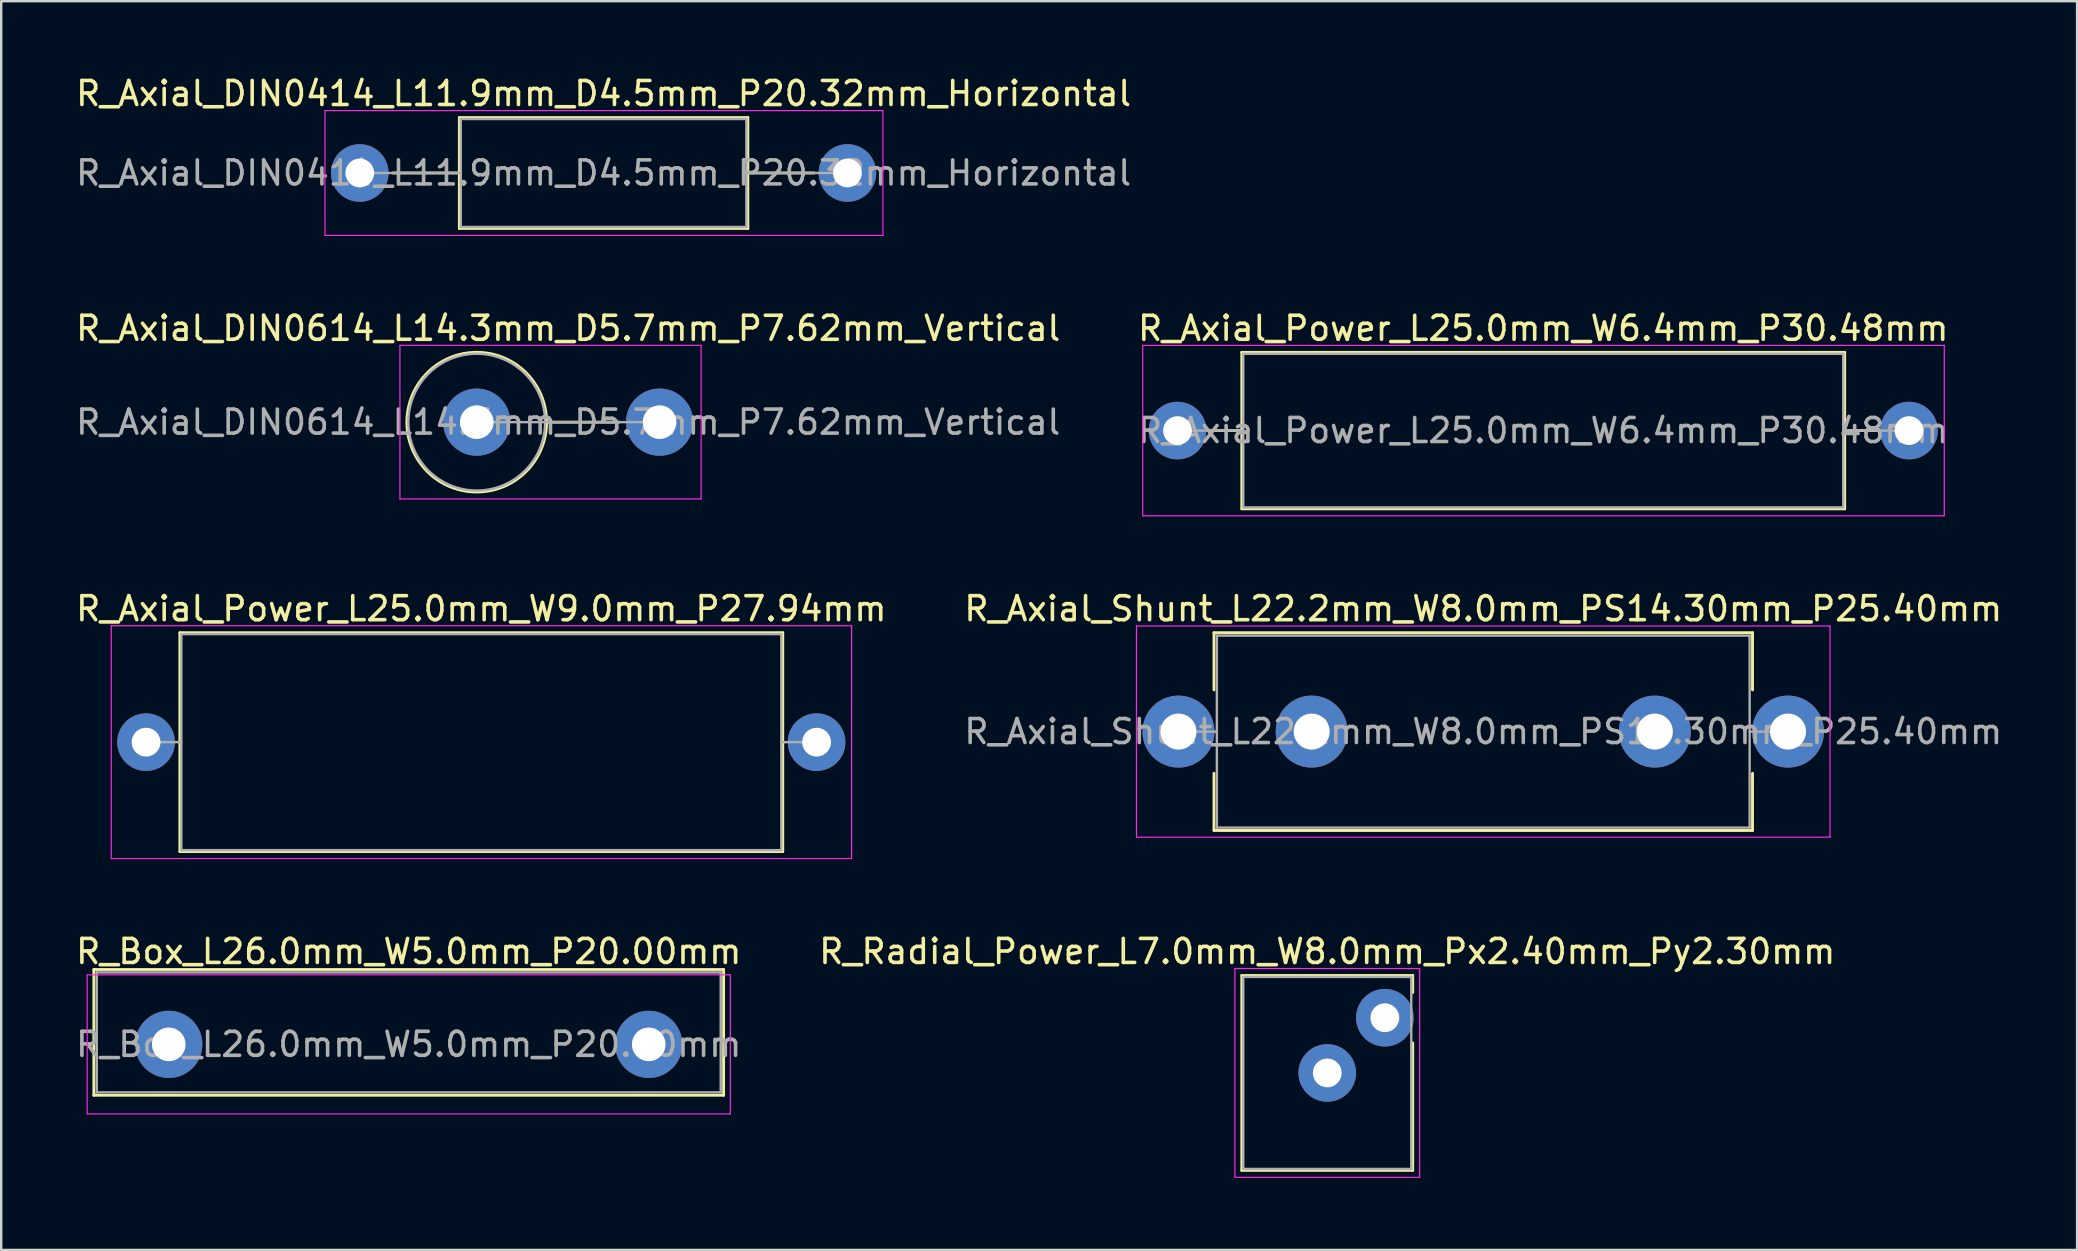
<source format=kicad_pcb>
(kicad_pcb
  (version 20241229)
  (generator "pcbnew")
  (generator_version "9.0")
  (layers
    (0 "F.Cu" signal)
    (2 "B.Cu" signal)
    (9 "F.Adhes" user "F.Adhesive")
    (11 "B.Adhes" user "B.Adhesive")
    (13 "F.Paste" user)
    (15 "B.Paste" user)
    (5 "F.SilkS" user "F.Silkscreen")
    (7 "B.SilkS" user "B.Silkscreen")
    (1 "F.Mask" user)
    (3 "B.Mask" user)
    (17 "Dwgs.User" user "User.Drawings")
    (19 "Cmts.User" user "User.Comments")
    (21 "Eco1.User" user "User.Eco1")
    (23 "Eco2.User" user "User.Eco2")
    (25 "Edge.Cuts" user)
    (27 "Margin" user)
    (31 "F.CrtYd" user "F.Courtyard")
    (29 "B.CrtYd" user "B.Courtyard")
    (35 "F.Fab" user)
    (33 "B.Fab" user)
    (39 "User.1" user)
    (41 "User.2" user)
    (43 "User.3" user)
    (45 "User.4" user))
  (footprint "R_Axial_DIN0614_L14.3mm_D5.7mm_P7.62mm_Vertical"
    (layer "F.Cu")
    (at 16.815 14.541)
    (property "Reference" "R_Axial_DIN0614_L14.3mm_D5.7mm_P7.62mm_Vertical" (at 3.81 -3.91 0) (layer "F.SilkS") (effects (font (size 1 1) (thickness 0.15))))
    (attr through_hole)
    (fp_line (start 2.91 0) (end 5.92 0) (stroke (width 0.12) (type solid)) (layer "F.SilkS"))
    (fp_circle (center 0 0) (end 2.91 0) (stroke (width 0.12) (type solid)) (fill no) (layer "F.SilkS"))
    (fp_line (start -3.2 -3.2) (end -3.2 3.2) (stroke (width 0.05) (type solid)) (layer "F.CrtYd"))
    (fp_line (start -3.2 3.2) (end 9.35 3.2) (stroke (width 0.05) (type solid)) (layer "F.CrtYd"))
    (fp_line (start 9.35 -3.2) (end -3.2 -3.2) (stroke (width 0.05) (type solid)) (layer "F.CrtYd"))
    (fp_line (start 9.35 3.2) (end 9.35 -3.2) (stroke (width 0.05) (type solid)) (layer "F.CrtYd"))
    (fp_line (start 0 0) (end 7.62 0) (stroke (width 0.1) (type solid)) (layer "F.Fab"))
    (fp_circle (center 0 0) (end 2.85 0) (stroke (width 0.1) (type solid)) (fill no) (layer "F.Fab"))
    (fp_text user "${REFERENCE}" (at 3.81 0 0) (layer "F.Fab") (effects (font (size 1 1) (thickness 0.15))))
    (pad "1" thru_hole circle (at 0 0) (size 2.8 2.8) (drill 1.4) (layers "*.Cu" "*.Mask"))
    (pad "2" thru_hole oval (at 7.62 0) (size 2.8 2.8) (drill 1.4) (layers "*.Cu" "*.Mask")))
  (footprint "R_Axial_Shunt_L22.2mm_W8.0mm_PS14.30mm_P25.40mm"
    (layer "F.Cu")
    (at 46.056 27.435)
    (property "Reference" "R_Axial_Shunt_L22.2mm_W8.0mm_PS14.30mm_P25.40mm" (at 12.7 -5.12 0) (layer "F.SilkS") (effects (font (size 1 1) (thickness 0.15))))
    (attr through_hole)
    (fp_line (start 1.48 -4.12) (end 23.92 -4.12) (stroke (width 0.12) (type solid)) (layer "F.SilkS"))
    (fp_line (start 1.48 -1.74) (end 1.48 -4.12) (stroke (width 0.12) (type solid)) (layer "F.SilkS"))
    (fp_line (start 1.48 1.74) (end 1.48 4.12) (stroke (width 0.12) (type solid)) (layer "F.SilkS"))
    (fp_line (start 1.48 4.12) (end 23.92 4.12) (stroke (width 0.12) (type solid)) (layer "F.SilkS"))
    (fp_line (start 23.92 -4.12) (end 23.92 -1.74) (stroke (width 0.12) (type solid)) (layer "F.SilkS"))
    (fp_line (start 23.92 4.12) (end 23.92 1.74) (stroke (width 0.12) (type solid)) (layer "F.SilkS"))
    (fp_line (start -1.75 -4.4) (end -1.75 4.4) (stroke (width 0.05) (type solid)) (layer "F.CrtYd"))
    (fp_line (start -1.75 4.4) (end 27.15 4.4) (stroke (width 0.05) (type solid)) (layer "F.CrtYd"))
    (fp_line (start 27.15 -4.4) (end -1.75 -4.4) (stroke (width 0.05) (type solid)) (layer "F.CrtYd"))
    (fp_line (start 27.15 4.4) (end 27.15 -4.4) (stroke (width 0.05) (type solid)) (layer "F.CrtYd"))
    (fp_line (start 0 0) (end 1.6 0) (stroke (width 0.1) (type solid)) (layer "F.Fab"))
    (fp_line (start 1.6 -4) (end 1.6 4) (stroke (width 0.1) (type solid)) (layer "F.Fab"))
    (fp_line (start 1.6 4) (end 23.8 4) (stroke (width 0.1) (type solid)) (layer "F.Fab"))
    (fp_line (start 23.8 -4) (end 1.6 -4) (stroke (width 0.1) (type solid)) (layer "F.Fab"))
    (fp_line (start 23.8 4) (end 23.8 -4) (stroke (width 0.1) (type solid)) (layer "F.Fab"))
    (fp_line (start 25.4 0) (end 23.8 0) (stroke (width 0.1) (type solid)) (layer "F.Fab"))
    (fp_text user "${REFERENCE}" (at 12.7 0 0) (layer "F.Fab") (effects (font (size 1 1) (thickness 0.15))))
    (pad "1" thru_hole circle (at 0 0) (size 3 3) (drill 1.5) (layers "*.Cu" "*.Mask"))
    (pad "2" thru_hole oval (at 5.55 0) (size 3 3) (drill 1.5) (layers "*.Cu" "*.Mask"))
    (pad "3" thru_hole oval (at 19.85 0) (size 3 3) (drill 1.5) (layers "*.Cu" "*.Mask"))
    (pad "4" thru_hole oval (at 25.4 0) (size 3 3) (drill 1.5) (layers "*.Cu" "*.Mask")))
  (footprint "R_Axial_Power_L25.0mm_W6.4mm_P30.48mm"
    (layer "F.Cu")
    (at 46.016 14.892)
    (property "Reference" "R_Axial_Power_L25.0mm_W6.4mm_P30.48mm" (at 15.24 -4.26 0) (layer "F.SilkS") (effects (font (size 1 1) (thickness 0.15))))
    (attr through_hole)
    (fp_line (start 1.38 0) (end 2.68 0) (stroke (width 0.12) (type solid)) (layer "F.SilkS"))
    (fp_line (start 2.68 -3.26) (end 2.68 3.26) (stroke (width 0.12) (type solid)) (layer "F.SilkS"))
    (fp_line (start 2.68 3.26) (end 27.8 3.26) (stroke (width 0.12) (type solid)) (layer "F.SilkS"))
    (fp_line (start 27.8 -3.26) (end 2.68 -3.26) (stroke (width 0.12) (type solid)) (layer "F.SilkS"))
    (fp_line (start 27.8 3.26) (end 27.8 -3.26) (stroke (width 0.12) (type solid)) (layer "F.SilkS"))
    (fp_line (start 29.1 0) (end 27.8 0) (stroke (width 0.12) (type solid)) (layer "F.SilkS"))
    (fp_line (start -1.45 -3.55) (end -1.45 3.55) (stroke (width 0.05) (type solid)) (layer "F.CrtYd"))
    (fp_line (start -1.45 3.55) (end 31.95 3.55) (stroke (width 0.05) (type solid)) (layer "F.CrtYd"))
    (fp_line (start 31.95 -3.55) (end -1.45 -3.55) (stroke (width 0.05) (type solid)) (layer "F.CrtYd"))
    (fp_line (start 31.95 3.55) (end 31.95 -3.55) (stroke (width 0.05) (type solid)) (layer "F.CrtYd"))
    (fp_line (start 0 0) (end 2.74 0) (stroke (width 0.1) (type solid)) (layer "F.Fab"))
    (fp_line (start 2.74 -3.2) (end 2.74 3.2) (stroke (width 0.1) (type solid)) (layer "F.Fab"))
    (fp_line (start 2.74 3.2) (end 27.74 3.2) (stroke (width 0.1) (type solid)) (layer "F.Fab"))
    (fp_line (start 27.74 -3.2) (end 2.74 -3.2) (stroke (width 0.1) (type solid)) (layer "F.Fab"))
    (fp_line (start 27.74 3.2) (end 27.74 -3.2) (stroke (width 0.1) (type solid)) (layer "F.Fab"))
    (fp_line (start 30.48 0) (end 27.74 0) (stroke (width 0.1) (type solid)) (layer "F.Fab"))
    (fp_text user "${REFERENCE}" (at 15.24 0 0) (layer "F.Fab") (effects (font (size 1 1) (thickness 0.15))))
    (pad "1" thru_hole circle (at 0 0) (size 2.4 2.4) (drill 1.2) (layers "*.Cu" "*.Mask"))
    (pad "2" thru_hole oval (at 30.48 0) (size 2.4 2.4) (drill 1.2) (layers "*.Cu" "*.Mask")))
  (footprint "R_Axial_DIN0414_L11.9mm_D4.5mm_P20.32mm_Horizontal"
    (layer "F.Cu")
    (at 11.941 4.158)
    (property "Reference" "R_Axial_DIN0414_L11.9mm_D4.5mm_P20.32mm_Horizontal" (at 10.16 -3.31 0) (layer "F.SilkS") (effects (font (size 1 1) (thickness 0.15))))
    (attr through_hole)
    (fp_line (start 1.38 0) (end 4.15 0) (stroke (width 0.12) (type solid)) (layer "F.SilkS"))
    (fp_line (start 4.15 -2.31) (end 4.15 2.31) (stroke (width 0.12) (type solid)) (layer "F.SilkS"))
    (fp_line (start 4.15 2.31) (end 16.17 2.31) (stroke (width 0.12) (type solid)) (layer "F.SilkS"))
    (fp_line (start 16.17 -2.31) (end 4.15 -2.31) (stroke (width 0.12) (type solid)) (layer "F.SilkS"))
    (fp_line (start 16.17 2.31) (end 16.17 -2.31) (stroke (width 0.12) (type solid)) (layer "F.SilkS"))
    (fp_line (start 18.94 0) (end 16.17 0) (stroke (width 0.12) (type solid)) (layer "F.SilkS"))
    (fp_line (start -1.45 -2.6) (end -1.45 2.6) (stroke (width 0.05) (type solid)) (layer "F.CrtYd"))
    (fp_line (start -1.45 2.6) (end 21.8 2.6) (stroke (width 0.05) (type solid)) (layer "F.CrtYd"))
    (fp_line (start 21.8 -2.6) (end -1.45 -2.6) (stroke (width 0.05) (type solid)) (layer "F.CrtYd"))
    (fp_line (start 21.8 2.6) (end 21.8 -2.6) (stroke (width 0.05) (type solid)) (layer "F.CrtYd"))
    (fp_line (start 0 0) (end 4.21 0) (stroke (width 0.1) (type solid)) (layer "F.Fab"))
    (fp_line (start 4.21 -2.25) (end 4.21 2.25) (stroke (width 0.1) (type solid)) (layer "F.Fab"))
    (fp_line (start 4.21 2.25) (end 16.11 2.25) (stroke (width 0.1) (type solid)) (layer "F.Fab"))
    (fp_line (start 16.11 -2.25) (end 4.21 -2.25) (stroke (width 0.1) (type solid)) (layer "F.Fab"))
    (fp_line (start 16.11 2.25) (end 16.11 -2.25) (stroke (width 0.1) (type solid)) (layer "F.Fab"))
    (fp_line (start 20.32 0) (end 16.11 0) (stroke (width 0.1) (type solid)) (layer "F.Fab"))
    (fp_text user "${REFERENCE}" (at 10.16 0 0) (layer "F.Fab") (effects (font (size 1 1) (thickness 0.15))))
    (pad "1" thru_hole circle (at 0 0) (size 2.4 2.4) (drill 1.2) (layers "*.Cu" "*.Mask"))
    (pad "2" thru_hole oval (at 20.32 0) (size 2.4 2.4) (drill 1.2) (layers "*.Cu" "*.Mask")))
  (footprint "R_Axial_Power_L25.0mm_W9.0mm_P27.94mm"
    (layer "F.Cu")
    (at 3.036 27.875)
    (property "Reference" "R_Axial_Power_L25.0mm_W9.0mm_P27.94mm" (at 13.97 -5.56 0) (layer "F.SilkS") (effects (font (size 1 1) (thickness 0.15))))
    (attr through_hole)
    (fp_line (start 1.38 0) (end 1.41 0) (stroke (width 0.12) (type solid)) (layer "F.SilkS"))
    (fp_line (start 1.41 -4.56) (end 1.41 4.56) (stroke (width 0.12) (type solid)) (layer "F.SilkS"))
    (fp_line (start 1.41 4.56) (end 26.53 4.56) (stroke (width 0.12) (type solid)) (layer "F.SilkS"))
    (fp_line (start 26.53 -4.56) (end 1.41 -4.56) (stroke (width 0.12) (type solid)) (layer "F.SilkS"))
    (fp_line (start 26.53 4.56) (end 26.53 -4.56) (stroke (width 0.12) (type solid)) (layer "F.SilkS"))
    (fp_line (start 26.56 0) (end 26.53 0) (stroke (width 0.12) (type solid)) (layer "F.SilkS"))
    (fp_line (start -1.45 -4.85) (end -1.45 4.85) (stroke (width 0.05) (type solid)) (layer "F.CrtYd"))
    (fp_line (start -1.45 4.85) (end 29.4 4.85) (stroke (width 0.05) (type solid)) (layer "F.CrtYd"))
    (fp_line (start 29.4 -4.85) (end -1.45 -4.85) (stroke (width 0.05) (type solid)) (layer "F.CrtYd"))
    (fp_line (start 29.4 4.85) (end 29.4 -4.85) (stroke (width 0.05) (type solid)) (layer "F.CrtYd"))
    (fp_line (start 0 0) (end 1.47 0) (stroke (width 0.1) (type solid)) (layer "F.Fab"))
    (fp_line (start 1.47 -4.5) (end 1.47 4.5) (stroke (width 0.1) (type solid)) (layer "F.Fab"))
    (fp_line (start 1.47 4.5) (end 26.47 4.5) (stroke (width 0.1) (type solid)) (layer "F.Fab"))
    (fp_line (start 26.47 -4.5) (end 1.47 -4.5) (stroke (width 0.1) (type solid)) (layer "F.Fab"))
    (fp_line (start 26.47 4.5) (end 26.47 -4.5) (stroke (width 0.1) (type solid)) (layer "F.Fab"))
    (fp_line (start 27.94 0) (end 26.47 0) (stroke (width 0.1) (type solid)) (layer "F.Fab"))
    (pad "1" thru_hole circle (at 0 0) (size 2.4 2.4) (drill 1.2) (layers "*.Cu" "*.Mask"))
    (pad "2" thru_hole oval (at 27.94 0) (size 2.4 2.4) (drill 1.2) (layers "*.Cu" "*.Mask")))
  (footprint "R_Radial_Power_L7.0mm_W8.0mm_Px2.40mm_Py2.30mm"
    (layer "F.Cu")
    (at 52.256 41.658)
    (property "Reference" "R_Radial_Power_L7.0mm_W8.0mm_Px2.40mm_Py2.30mm" (at 0 -5.06 0) (layer "F.SilkS") (effects (font (size 1 1) (thickness 0.15))))
    (attr through_hole)
    (fp_line (start -3.56 -4.06) (end -3.56 4.06) (stroke (width 0.12) (type solid)) (layer "F.SilkS"))
    (fp_line (start -3.56 -4.06) (end 3.56 -4.06) (stroke (width 0.12) (type solid)) (layer "F.SilkS"))
    (fp_line (start -3.56 4.06) (end 3.56 4.06) (stroke (width 0.12) (type solid)) (layer "F.SilkS"))
    (fp_line (start 3.56 -4.06) (end 3.56 -3.35) (stroke (width 0.12) (type solid)) (layer "F.SilkS"))
    (fp_line (start 3.56 -1.25) (end 3.56 4.06) (stroke (width 0.12) (type solid)) (layer "F.SilkS"))
    (fp_line (start -3.85 -4.35) (end -3.85 4.35) (stroke (width 0.05) (type solid)) (layer "F.CrtYd"))
    (fp_line (start -3.85 4.35) (end 3.85 4.35) (stroke (width 0.05) (type solid)) (layer "F.CrtYd"))
    (fp_line (start 3.85 -4.35) (end -3.85 -4.35) (stroke (width 0.05) (type solid)) (layer "F.CrtYd"))
    (fp_line (start 3.85 4.35) (end 3.85 -4.35) (stroke (width 0.05) (type solid)) (layer "F.CrtYd"))
    (fp_line (start -3.5 -4) (end -3.5 4) (stroke (width 0.1) (type solid)) (layer "F.Fab"))
    (fp_line (start -3.5 4) (end 3.5 4) (stroke (width 0.1) (type solid)) (layer "F.Fab"))
    (fp_line (start 3.5 -4) (end -3.5 -4) (stroke (width 0.1) (type solid)) (layer "F.Fab"))
    (fp_line (start 3.5 4) (end 3.5 -4) (stroke (width 0.1) (type solid)) (layer "F.Fab"))
    (pad "1" thru_hole circle (at 0 0) (size 2.4 2.4) (drill 1.2) (layers "*.Cu" "*.Mask"))
    (pad "2" thru_hole circle (at 2.4 -2.3) (size 2.4 2.4) (drill 1.2) (layers "*.Cu" "*.Mask")))
  (footprint "R_Box_L26.0mm_W5.0mm_P20.00mm"
    (layer "F.Cu")
    (at 3.982 40.468)
    (property "Reference" "R_Box_L26.0mm_W5.0mm_P20.00mm" (at 10 -3.87 0) (layer "F.SilkS") (effects (font (size 1 1) (thickness 0.15))))
    (attr through_hole)
    (fp_line (start -3.12 -3.12) (end -3.12 2.12) (stroke (width 0.12) (type solid)) (layer "F.SilkS"))
    (fp_line (start -3.12 -3.12) (end 23.12 -3.12) (stroke (width 0.12) (type solid)) (layer "F.SilkS"))
    (fp_line (start -3.12 2.12) (end 23.12 2.12) (stroke (width 0.12) (type solid)) (layer "F.SilkS"))
    (fp_line (start 23.12 -3.12) (end 23.12 2.12) (stroke (width 0.12) (type solid)) (layer "F.SilkS"))
    (fp_line (start -3.4 -2.9) (end -3.4 2.9) (stroke (width 0.05) (type solid)) (layer "F.CrtYd"))
    (fp_line (start -3.4 2.9) (end 23.4 2.9) (stroke (width 0.05) (type solid)) (layer "F.CrtYd"))
    (fp_line (start 23.4 -2.9) (end -3.4 -2.9) (stroke (width 0.05) (type solid)) (layer "F.CrtYd"))
    (fp_line (start 23.4 2.9) (end 23.4 -2.9) (stroke (width 0.05) (type solid)) (layer "F.CrtYd"))
    (fp_line (start -3 -3) (end -3 2) (stroke (width 0.1) (type solid)) (layer "F.Fab"))
    (fp_line (start -3 2) (end 23 2) (stroke (width 0.1) (type solid)) (layer "F.Fab"))
    (fp_line (start 23 -3) (end -3 -3) (stroke (width 0.1) (type solid)) (layer "F.Fab"))
    (fp_line (start 23 2) (end 23 -3) (stroke (width 0.1) (type solid)) (layer "F.Fab"))
    (fp_text user "${REFERENCE}" (at 10 0 0) (layer "F.Fab") (effects (font (size 1 1) (thickness 0.15))))
    (pad "1" thru_hole circle (at 0 0) (size 2.8 2.8) (drill 1.4) (layers "*.Cu" "*.Mask"))
    (pad "2" thru_hole circle (at 20 0) (size 2.8 2.8) (drill 1.4) (layers "*.Cu" "*.Mask")))
  (gr_rect
    (start -3 -3)
    (end 83.5 49.033)
    (stroke (width 0.1) (type default))
    (fill no)
    (layer "Edge.Cuts")))
</source>
